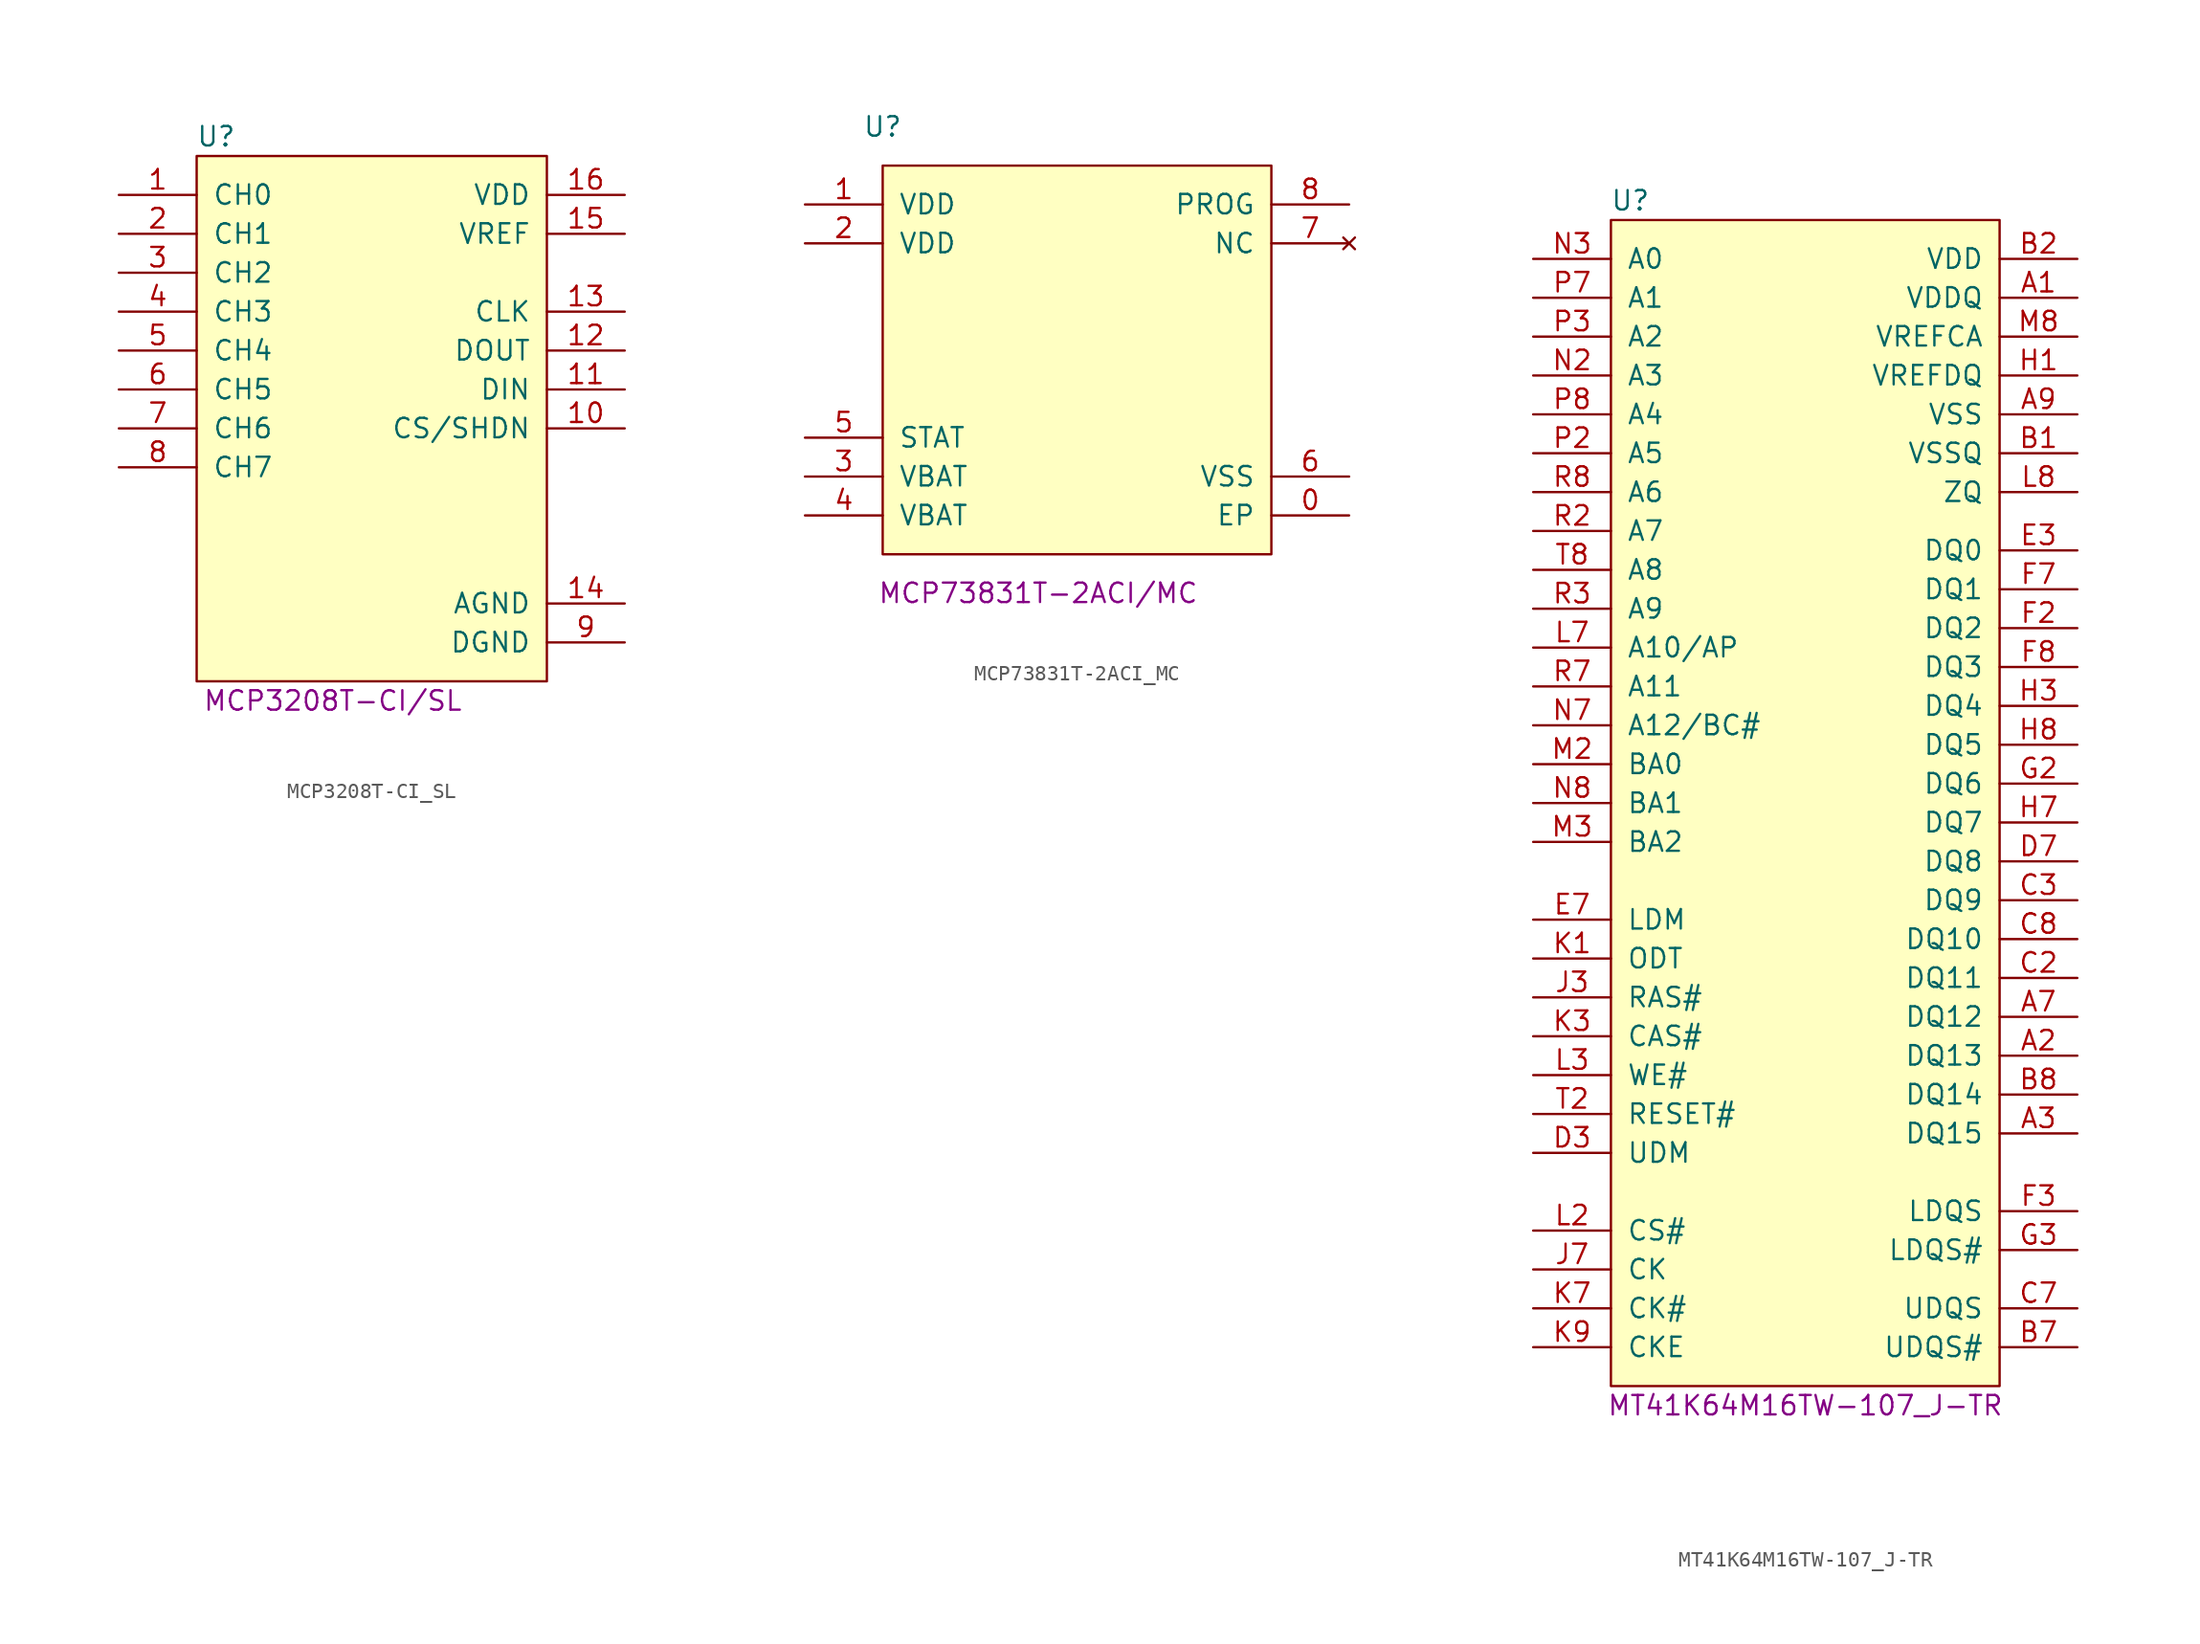
<source format=kicad_sym>
(kicad_symbol_lib
  (version 20220914)
  (generator kicad_symbol_editor)
  (symbol "MCP3208T-CI_SL"
    (pin_names
      (offset 1.016))
    (property "Reference" "U"
      (at 1.27 29.21 0)
      (effects (font (size 1.27 1.27))))
    (property "_Value_" "MCP3208T-CI/SL"
      (at 8.89 -7.62 0)
      (effects (font (size 1.27 1.27))))
    (symbol "MCP3208T-CI_SL_0_1"
      (rectangle (start 0 27.94) (end 22.86 -6.35) (stroke (width 0) (type default)) (fill (type background))))
    (symbol "MCP3208T-CI_SL_1_1"
      (pin input line (at -5.08 25.4 0) (length 5.08) (name "CH0" (effects (font (size 1.27 1.27)))) (number "1" (effects (font (size 1.27 1.27)))))
      (pin input line (at 27.94 10.16 180) (length 5.08) (name "CS/SHDN" (effects (font (size 1.27 1.27)))) (number "10" (effects (font (size 1.27 1.27)))))
      (pin input line (at 27.94 12.7 180) (length 5.08) (name "DIN" (effects (font (size 1.27 1.27)))) (number "11" (effects (font (size 1.27 1.27)))))
      (pin output line (at 27.94 15.24 180) (length 5.08) (name "DOUT" (effects (font (size 1.27 1.27)))) (number "12" (effects (font (size 1.27 1.27)))))
      (pin bidirectional line (at 27.94 17.78 180) (length 5.08) (name "CLK" (effects (font (size 1.27 1.27)))) (number "13" (effects (font (size 1.27 1.27)))))
      (pin passive line (at 27.94 -1.27 180) (length 5.08) (name "AGND" (effects (font (size 1.27 1.27)))) (number "14" (effects (font (size 1.27 1.27)))))
      (pin input line (at 27.94 22.86 180) (length 5.08) (name "VREF" (effects (font (size 1.27 1.27)))) (number "15" (effects (font (size 1.27 1.27)))))
      (pin power_in line (at 27.94 25.4 180) (length 5.08) (name "VDD" (effects (font (size 1.27 1.27)))) (number "16" (effects (font (size 1.27 1.27)))))
      (pin input line (at -5.08 22.86 0) (length 5.08) (name "CH1" (effects (font (size 1.27 1.27)))) (number "2" (effects (font (size 1.27 1.27)))))
      (pin input line (at -5.08 20.32 0) (length 5.08) (name "CH2" (effects (font (size 1.27 1.27)))) (number "3" (effects (font (size 1.27 1.27)))))
      (pin input line (at -5.08 17.78 0) (length 5.08) (name "CH3" (effects (font (size 1.27 1.27)))) (number "4" (effects (font (size 1.27 1.27)))))
      (pin input line (at -5.08 15.24 0) (length 5.08) (name "CH4" (effects (font (size 1.27 1.27)))) (number "5" (effects (font (size 1.27 1.27)))))
      (pin input line (at -5.08 12.7 0) (length 5.08) (name "CH5" (effects (font (size 1.27 1.27)))) (number "6" (effects (font (size 1.27 1.27)))))
      (pin input line (at -5.08 10.16 0) (length 5.08) (name "CH6" (effects (font (size 1.27 1.27)))) (number "7" (effects (font (size 1.27 1.27)))))
      (pin input line (at -5.08 7.62 0) (length 5.08) (name "CH7" (effects (font (size 1.27 1.27)))) (number "8" (effects (font (size 1.27 1.27)))))
      (pin passive line (at 27.94 -3.81 180) (length 5.08) (name "DGND" (effects (font (size 1.27 1.27)))) (number "9" (effects (font (size 1.27 1.27)))))))
  (symbol "MCP73831T-2ACI_MC"
    (pin_names
      (offset 1.016))
    (property "Reference" "U"
      (at 0 2.54 0)
      (effects (font (size 1.27 1.27))))
    (property "_Value_" "MCP73831T-2ACI/MC"
      (at 10.16 -27.94 0)
      (effects (font (size 1.27 1.27))))
    (symbol "MCP73831T-2ACI_MC_0_1"
      (rectangle (start 0 0) (end 25.4 -25.4) (stroke (width 0) (type default)) (fill (type background))))
    (symbol "MCP73831T-2ACI_MC_1_1"
      (pin passive line (at 30.48 -22.86 180) (length 5.08) (name "EP" (effects (font (size 1.27 1.27)))) (number "0" (effects (font (size 1.27 1.27)))))
      (pin power_in line (at -5.08 -2.54 0) (length 5.08) (name "VDD" (effects (font (size 1.27 1.27)))) (number "1" (effects (font (size 1.27 1.27)))))
      (pin power_in line (at -5.08 -5.08 0) (length 5.08) (name "VDD" (effects (font (size 1.27 1.27)))) (number "2" (effects (font (size 1.27 1.27)))))
      (pin bidirectional line (at -5.08 -20.32 0) (length 5.08) (name "VBAT" (effects (font (size 1.27 1.27)))) (number "3" (effects (font (size 1.27 1.27)))))
      (pin bidirectional line (at -5.08 -22.86 0) (length 5.08) (name "VBAT" (effects (font (size 1.27 1.27)))) (number "4" (effects (font (size 1.27 1.27)))))
      (pin input line (at -5.08 -17.78 0) (length 5.08) (name "STAT" (effects (font (size 1.27 1.27)))) (number "5" (effects (font (size 1.27 1.27)))))
      (pin passive line (at 30.48 -20.32 180) (length 5.08) (name "VSS" (effects (font (size 1.27 1.27)))) (number "6" (effects (font (size 1.27 1.27)))))
      (pin no_connect line (at 30.48 -5.08 180) (length 5.08) (name "NC" (effects (font (size 1.27 1.27)))) (number "7" (effects (font (size 1.27 1.27)))))
      (pin input line (at 30.48 -2.54 180) (length 5.08) (name "PROG" (effects (font (size 1.27 1.27)))) (number "8" (effects (font (size 1.27 1.27)))))))
  (symbol "MT41K64M16TW-107_J-TR"
    (pin_names
      (offset 1.016))
    (property "Reference" "U"
      (at 1.27 7.62 0)
      (effects (font (size 1.27 1.27))))
    (property "_Value_" "MT41K64M16TW-107_J-TR"
      (at 12.7 -71.12 0)
      (effects (font (size 1.27 1.27))))
    (symbol "MT41K64M16TW-107_J-TR_0_1"
      (rectangle (start 0 6.35) (end 25.4 -69.85) (stroke (width 0) (type default)) (fill (type background))))
    (symbol "MT41K64M16TW-107_J-TR_1_1"
      (pin power_in line (at 30.48 1.27 180) (length 5.08) (name "VDDQ" (effects (font (size 1.27 1.27)))) (number "A1" (effects (font (size 1.27 1.27)))))
      (pin bidirectional line (at 30.48 -48.26 180) (length 5.08) (name "DQ13" (effects (font (size 1.27 1.27)))) (number "A2" (effects (font (size 1.27 1.27)))))
      (pin bidirectional line (at 30.48 -53.34 180) (length 5.08) (name "DQ15" (effects (font (size 1.27 1.27)))) (number "A3" (effects (font (size 1.27 1.27)))))
      (pin bidirectional line (at 30.48 -45.72 180) (length 5.08) (name "DQ12" (effects (font (size 1.27 1.27)))) (number "A7" (effects (font (size 1.27 1.27)))))
      (pin passive line (at 30.48 -6.35 180) (length 5.08) (name "VSS" (effects (font (size 1.27 1.27)))) (number "A9" (effects (font (size 1.27 1.27)))))
      (pin passive line (at 30.48 -8.89 180) (length 5.08) (name "VSSQ" (effects (font (size 1.27 1.27)))) (number "B1" (effects (font (size 1.27 1.27)))))
      (pin power_in line (at 30.48 3.81 180) (length 5.08) (name "VDD" (effects (font (size 1.27 1.27)))) (number "B2" (effects (font (size 1.27 1.27)))))
      (pin input line (at 30.48 -67.31 180) (length 5.08) (name "UDQS#" (effects (font (size 1.27 1.27)))) (number "B7" (effects (font (size 1.27 1.27)))))
      (pin bidirectional line (at 30.48 -50.8 180) (length 5.08) (name "DQ14" (effects (font (size 1.27 1.27)))) (number "B8" (effects (font (size 1.27 1.27)))))
      (pin bidirectional line (at 30.48 -43.18 180) (length 5.08) (name "DQ11" (effects (font (size 1.27 1.27)))) (number "C2" (effects (font (size 1.27 1.27)))))
      (pin bidirectional line (at 30.48 -38.1 180) (length 5.08) (name "DQ9" (effects (font (size 1.27 1.27)))) (number "C3" (effects (font (size 1.27 1.27)))))
      (pin input line (at 30.48 -64.77 180) (length 5.08) (name "UDQS" (effects (font (size 1.27 1.27)))) (number "C7" (effects (font (size 1.27 1.27)))))
      (pin bidirectional line (at 30.48 -40.64 180) (length 5.08) (name "DQ10" (effects (font (size 1.27 1.27)))) (number "C8" (effects (font (size 1.27 1.27)))))
      (pin input line (at -5.08 -54.61 0) (length 5.08) (name "UDM" (effects (font (size 1.27 1.27)))) (number "D3" (effects (font (size 1.27 1.27)))))
      (pin bidirectional line (at 30.48 -35.56 180) (length 5.08) (name "DQ8" (effects (font (size 1.27 1.27)))) (number "D7" (effects (font (size 1.27 1.27)))))
      (pin bidirectional line (at 30.48 -15.24 180) (length 5.08) (name "DQ0" (effects (font (size 1.27 1.27)))) (number "E3" (effects (font (size 1.27 1.27)))))
      (pin input line (at -5.08 -39.37 0) (length 5.08) (name "LDM" (effects (font (size 1.27 1.27)))) (number "E7" (effects (font (size 1.27 1.27)))))
      (pin bidirectional line (at 30.48 -20.32 180) (length 5.08) (name "DQ2" (effects (font (size 1.27 1.27)))) (number "F2" (effects (font (size 1.27 1.27)))))
      (pin input line (at 30.48 -58.42 180) (length 5.08) (name "LDQS" (effects (font (size 1.27 1.27)))) (number "F3" (effects (font (size 1.27 1.27)))))
      (pin bidirectional line (at 30.48 -17.78 180) (length 5.08) (name "DQ1" (effects (font (size 1.27 1.27)))) (number "F7" (effects (font (size 1.27 1.27)))))
      (pin bidirectional line (at 30.48 -22.86 180) (length 5.08) (name "DQ3" (effects (font (size 1.27 1.27)))) (number "F8" (effects (font (size 1.27 1.27)))))
      (pin bidirectional line (at 30.48 -30.48 180) (length 5.08) (name "DQ6" (effects (font (size 1.27 1.27)))) (number "G2" (effects (font (size 1.27 1.27)))))
      (pin input line (at 30.48 -60.96 180) (length 5.08) (name "LDQS#" (effects (font (size 1.27 1.27)))) (number "G3" (effects (font (size 1.27 1.27)))))
      (pin input line (at 30.48 -3.81 180) (length 5.08) (name "VREFDQ" (effects (font (size 1.27 1.27)))) (number "H1" (effects (font (size 1.27 1.27)))))
      (pin bidirectional line (at 30.48 -25.4 180) (length 5.08) (name "DQ4" (effects (font (size 1.27 1.27)))) (number "H3" (effects (font (size 1.27 1.27)))))
      (pin bidirectional line (at 30.48 -33.02 180) (length 5.08) (name "DQ7" (effects (font (size 1.27 1.27)))) (number "H7" (effects (font (size 1.27 1.27)))))
      (pin bidirectional line (at 30.48 -27.94 180) (length 5.08) (name "DQ5" (effects (font (size 1.27 1.27)))) (number "H8" (effects (font (size 1.27 1.27)))))
      (pin input line (at -5.08 -44.45 0) (length 5.08) (name "RAS#" (effects (font (size 1.27 1.27)))) (number "J3" (effects (font (size 1.27 1.27)))))
      (pin input line (at -5.08 -62.23 0) (length 5.08) (name "CK" (effects (font (size 1.27 1.27)))) (number "J7" (effects (font (size 1.27 1.27)))))
      (pin input line (at -5.08 -41.91 0) (length 5.08) (name "ODT" (effects (font (size 1.27 1.27)))) (number "K1" (effects (font (size 1.27 1.27)))))
      (pin input line (at -5.08 -46.99 0) (length 5.08) (name "CAS#" (effects (font (size 1.27 1.27)))) (number "K3" (effects (font (size 1.27 1.27)))))
      (pin input line (at -5.08 -64.77 0) (length 5.08) (name "CK#" (effects (font (size 1.27 1.27)))) (number "K7" (effects (font (size 1.27 1.27)))))
      (pin input line (at -5.08 -67.31 0) (length 5.08) (name "CKE" (effects (font (size 1.27 1.27)))) (number "K9" (effects (font (size 1.27 1.27)))))
      (pin input line (at -5.08 -59.69 0) (length 5.08) (name "CS#" (effects (font (size 1.27 1.27)))) (number "L2" (effects (font (size 1.27 1.27)))))
      (pin input line (at -5.08 -49.53 0) (length 5.08) (name "WE#" (effects (font (size 1.27 1.27)))) (number "L3" (effects (font (size 1.27 1.27)))))
      (pin input line (at -5.08 -21.59 0) (length 5.08) (name "A10/AP" (effects (font (size 1.27 1.27)))) (number "L7" (effects (font (size 1.27 1.27)))))
      (pin bidirectional line (at 30.48 -11.43 180) (length 5.08) (name "ZQ" (effects (font (size 1.27 1.27)))) (number "L8" (effects (font (size 1.27 1.27)))))
      (pin input line (at -5.08 -29.21 0) (length 5.08) (name "BA0" (effects (font (size 1.27 1.27)))) (number "M2" (effects (font (size 1.27 1.27)))))
      (pin input line (at -5.08 -34.29 0) (length 5.08) (name "BA2" (effects (font (size 1.27 1.27)))) (number "M3" (effects (font (size 1.27 1.27)))))
      (pin input line (at 30.48 -1.27 180) (length 5.08) (name "VREFCA" (effects (font (size 1.27 1.27)))) (number "M8" (effects (font (size 1.27 1.27)))))
      (pin input line (at -5.08 -3.81 0) (length 5.08) (name "A3" (effects (font (size 1.27 1.27)))) (number "N2" (effects (font (size 1.27 1.27)))))
      (pin input line (at -5.08 3.81 0) (length 5.08) (name "A0" (effects (font (size 1.27 1.27)))) (number "N3" (effects (font (size 1.27 1.27)))))
      (pin input line (at -5.08 -26.67 0) (length 5.08) (name "A12/BC#" (effects (font (size 1.27 1.27)))) (number "N7" (effects (font (size 1.27 1.27)))))
      (pin input line (at -5.08 -31.75 0) (length 5.08) (name "BA1" (effects (font (size 1.27 1.27)))) (number "N8" (effects (font (size 1.27 1.27)))))
      (pin input line (at -5.08 -8.89 0) (length 5.08) (name "A5" (effects (font (size 1.27 1.27)))) (number "P2" (effects (font (size 1.27 1.27)))))
      (pin input line (at -5.08 -1.27 0) (length 5.08) (name "A2" (effects (font (size 1.27 1.27)))) (number "P3" (effects (font (size 1.27 1.27)))))
      (pin input line (at -5.08 1.27 0) (length 5.08) (name "A1" (effects (font (size 1.27 1.27)))) (number "P7" (effects (font (size 1.27 1.27)))))
      (pin input line (at -5.08 -6.35 0) (length 5.08) (name "A4" (effects (font (size 1.27 1.27)))) (number "P8" (effects (font (size 1.27 1.27)))))
      (pin input line (at -5.08 -13.97 0) (length 5.08) (name "A7" (effects (font (size 1.27 1.27)))) (number "R2" (effects (font (size 1.27 1.27)))))
      (pin input line (at -5.08 -19.05 0) (length 5.08) (name "A9" (effects (font (size 1.27 1.27)))) (number "R3" (effects (font (size 1.27 1.27)))))
      (pin input line (at -5.08 -24.13 0) (length 5.08) (name "A11" (effects (font (size 1.27 1.27)))) (number "R7" (effects (font (size 1.27 1.27)))))
      (pin input line (at -5.08 -11.43 0) (length 5.08) (name "A6" (effects (font (size 1.27 1.27)))) (number "R8" (effects (font (size 1.27 1.27)))))
      (pin input line (at -5.08 -52.07 0) (length 5.08) (name "RESET#" (effects (font (size 1.27 1.27)))) (number "T2" (effects (font (size 1.27 1.27)))))
      (pin input line (at -5.08 -16.51 0) (length 5.08) (name "A8" (effects (font (size 1.27 1.27)))) (number "T8" (effects (font (size 1.27 1.27))))))))
</source>
